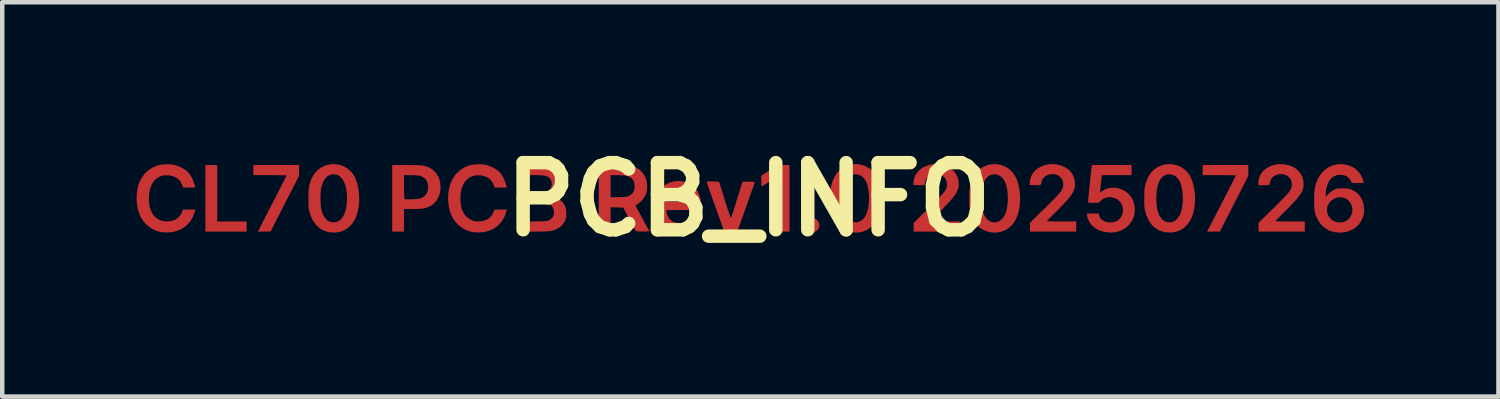
<source format=kicad_pcb>
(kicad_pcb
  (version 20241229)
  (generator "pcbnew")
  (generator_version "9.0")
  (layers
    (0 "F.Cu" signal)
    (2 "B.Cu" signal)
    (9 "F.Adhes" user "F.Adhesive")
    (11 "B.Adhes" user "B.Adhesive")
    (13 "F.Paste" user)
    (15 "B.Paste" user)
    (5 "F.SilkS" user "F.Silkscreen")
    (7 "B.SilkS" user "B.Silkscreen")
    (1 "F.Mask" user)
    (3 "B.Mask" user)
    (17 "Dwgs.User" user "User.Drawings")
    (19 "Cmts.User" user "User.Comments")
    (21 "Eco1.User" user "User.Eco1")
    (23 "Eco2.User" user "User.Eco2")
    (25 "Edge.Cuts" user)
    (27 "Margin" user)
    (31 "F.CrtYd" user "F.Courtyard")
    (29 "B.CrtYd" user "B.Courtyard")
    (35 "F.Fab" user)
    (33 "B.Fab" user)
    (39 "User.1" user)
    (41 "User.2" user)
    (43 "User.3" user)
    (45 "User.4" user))
  (footprint "PCB_INFO"
    (layer "F.Cu")
    (at 13.67 1.404)
    (property "Reference" "PCB_INFO" (at 0 0 0) (layer "F.SilkS") (effects (font (size 1.5 1.5) (thickness 0.3))))
    (attr board_only exclude_from_pos_files exclude_from_bom)
    (fp_poly (pts (xy -11.868 -0.139) (xy -11.868 0.492) (xy -11.54 0.492) (xy -11.213 0.492) (xy -11.213 0.605) (xy -11.213 0.719) (xy -11.673 0.719) (xy -12.133 0.719) (xy -12.133 -0.025) (xy -12.133 -0.769) (xy -12 -0.769) (xy -11.868 -0.769)) (stroke (width 0) (type solid)) (fill yes) (layers "F.Cu" "F.Mask"))
    (fp_poly (pts (xy 1.449 0.42) (xy 1.503 0.439) (xy 1.546 0.475) (xy 1.574 0.524) (xy 1.582 0.568) (xy 1.572 0.634) (xy 1.543 0.684) (xy 1.497 0.717) (xy 1.436 0.731) (xy 1.425 0.731) (xy 1.383 0.727) (xy 1.351 0.713) (xy 1.322 0.69) (xy 1.285 0.642) (xy 1.27 0.589) (xy 1.274 0.537) (xy 1.294 0.489) (xy 1.33 0.45) (xy 1.378 0.425) (xy 1.437 0.419)) (stroke (width 0) (type solid)) (fill yes) (layers "F.Cu" "F.Mask"))
    (fp_poly (pts (xy 0.914 -0.025) (xy 0.914 0.719) (xy 0.775 0.719) (xy 0.637 0.719) (xy 0.634 0.108) (xy 0.63 -0.503) (xy 0.464 -0.396) (xy 0.407 -0.36) (xy 0.357 -0.329) (xy 0.319 -0.306) (xy 0.296 -0.292) (xy 0.291 -0.29) (xy 0.288 -0.302) (xy 0.285 -0.333) (xy 0.284 -0.379) (xy 0.284 -0.41) (xy 0.284 -0.53) (xy 0.467 -0.649) (xy 0.65 -0.769) (xy 0.782 -0.769) (xy 0.914 -0.769)) (stroke (width 0) (type solid)) (fill yes) (layers "F.Cu" "F.Mask"))
    (fp_poly (pts (xy -10.04 -0.649) (xy -10.04 -0.528) (xy -10.359 0.095) (xy -10.677 0.718) (xy -10.819 0.718) (xy -10.961 0.719) (xy -10.943 0.684) (xy -10.934 0.666) (xy -10.915 0.628) (xy -10.886 0.573) (xy -10.849 0.501) (xy -10.805 0.416) (xy -10.756 0.32) (xy -10.702 0.215) (xy -10.644 0.103) (xy -10.622 0.059) (xy -10.563 -0.053) (xy -10.509 -0.159) (xy -10.459 -0.256) (xy -10.415 -0.342) (xy -10.378 -0.415) (xy -10.349 -0.473) (xy -10.329 -0.513) (xy -10.319 -0.534) (xy -10.318 -0.536) (xy -10.33 -0.538) (xy -10.364 -0.539) (xy -10.417 -0.54) (xy -10.486 -0.541) (xy -10.568 -0.542) (xy -10.66 -0.542) (xy -10.689 -0.542) (xy -11.061 -0.542) (xy -11.061 -0.655) (xy -11.061 -0.769) (xy -10.551 -0.769) (xy -10.04 -0.769)) (stroke (width 0) (type solid)) (fill yes) (layers "F.Cu" "F.Mask"))
    (fp_poly (pts (xy 11.162 -0.649) (xy 11.162 -0.528) (xy 10.844 0.095) (xy 10.526 0.718) (xy 10.383 0.718) (xy 10.241 0.719) (xy 10.259 0.684) (xy 10.268 0.666) (xy 10.288 0.628) (xy 10.316 0.573) (xy 10.353 0.501) (xy 10.397 0.416) (xy 10.447 0.32) (xy 10.501 0.215) (xy 10.559 0.103) (xy 10.581 0.059) (xy 10.639 -0.053) (xy 10.693 -0.159) (xy 10.743 -0.256) (xy 10.787 -0.342) (xy 10.824 -0.415) (xy 10.853 -0.473) (xy 10.874 -0.513) (xy 10.884 -0.534) (xy 10.885 -0.536) (xy 10.873 -0.538) (xy 10.839 -0.539) (xy 10.785 -0.54) (xy 10.716 -0.541) (xy 10.634 -0.542) (xy 10.543 -0.542) (xy 10.513 -0.542) (xy 10.141 -0.542) (xy 10.141 -0.655) (xy 10.141 -0.769) (xy 10.652 -0.769) (xy 11.162 -0.769)) (stroke (width 0) (type solid)) (fill yes) (layers "F.Cu" "F.Mask"))
    (fp_poly (pts (xy -0.799 -0.401) (xy -0.659 -0.397) (xy -0.531 0.015) (xy -0.501 0.112) (xy -0.473 0.2) (xy -0.448 0.277) (xy -0.427 0.34) (xy -0.41 0.386) (xy -0.399 0.413) (xy -0.395 0.419) (xy -0.39 0.405) (xy -0.377 0.37) (xy -0.36 0.317) (xy -0.337 0.248) (xy -0.311 0.166) (xy -0.283 0.075) (xy -0.261 0.006) (xy -0.136 -0.397) (xy 0.001 -0.397) (xy 0.063 -0.397) (xy 0.103 -0.395) (xy 0.125 -0.391) (xy 0.134 -0.385) (xy 0.135 -0.378) (xy 0.13 -0.363) (xy 0.118 -0.326) (xy 0.099 -0.27) (xy 0.073 -0.199) (xy 0.043 -0.113) (xy 0.009 -0.016) (xy -0.029 0.09) (xy -0.06 0.18) (xy -0.252 0.719) (xy -0.398 0.719) (xy -0.545 0.719) (xy -0.742 0.166) (xy -0.782 0.054) (xy -0.819 -0.051) (xy -0.853 -0.146) (xy -0.882 -0.23) (xy -0.907 -0.298) (xy -0.925 -0.351) (xy -0.936 -0.384) (xy -0.939 -0.395) (xy -0.927 -0.398) (xy -0.895 -0.401) (xy -0.848 -0.401)) (stroke (width 0) (type solid)) (fill yes) (layers "F.Cu" "F.Mask"))
    (fp_poly (pts (xy -7.556 -0.768) (xy -7.47 -0.767) (xy -7.393 -0.765) (xy -7.329 -0.762) (xy -7.284 -0.759) (xy -7.266 -0.756) (xy -7.159 -0.724) (xy -7.067 -0.673) (xy -6.992 -0.603) (xy -6.935 -0.516) (xy -6.896 -0.413) (xy -6.887 -0.367) (xy -6.879 -0.258) (xy -6.891 -0.153) (xy -6.923 -0.056) (xy -6.973 0.03) (xy -7.04 0.101) (xy -7.103 0.144) (xy -7.154 0.169) (xy -7.205 0.188) (xy -7.259 0.201) (xy -7.324 0.209) (xy -7.403 0.213) (xy -7.497 0.214) (xy -7.696 0.214) (xy -7.696 0.466) (xy -7.696 0.719) (xy -7.828 0.719) (xy -7.96 0.719) (xy -7.96 -0.025) (xy -7.96 -0.279) (xy -7.696 -0.279) (xy -7.695 -0.2) (xy -7.694 -0.13) (xy -7.692 -0.072) (xy -7.69 -0.03) (xy -7.687 -0.009) (xy -7.686 -0.007) (xy -7.671 -0.004) (xy -7.635 -0.002) (xy -7.585 -0.002) (xy -7.524 -0.004) (xy -7.517 -0.004) (xy -7.437 -0.008) (xy -7.377 -0.015) (xy -7.333 -0.024) (xy -7.302 -0.035) (xy -7.237 -0.076) (xy -7.19 -0.134) (xy -7.163 -0.205) (xy -7.156 -0.286) (xy -7.158 -0.307) (xy -7.178 -0.389) (xy -7.217 -0.454) (xy -7.274 -0.501) (xy -7.341 -0.529) (xy -7.372 -0.534) (xy -7.421 -0.538) (xy -7.481 -0.541) (xy -7.541 -0.542) (xy -7.696 -0.542) (xy -7.696 -0.279) (xy -7.96 -0.279) (xy -7.96 -0.769) (xy -7.647 -0.769)) (stroke (width 0) (type solid)) (fill yes) (layers "F.Cu" "F.Mask"))
    (fp_poly (pts (xy 4.266 -0.785) (xy 4.286 -0.782) (xy 4.397 -0.754) (xy 4.493 -0.708) (xy 4.573 -0.646) (xy 4.633 -0.57) (xy 4.674 -0.48) (xy 4.692 -0.384) (xy 4.694 -0.325) (xy 4.688 -0.269) (xy 4.672 -0.214) (xy 4.646 -0.157) (xy 4.607 -0.095) (xy 4.555 -0.027) (xy 4.488 0.05) (xy 4.404 0.139) (xy 4.309 0.236) (xy 4.245 0.299) (xy 4.187 0.357) (xy 4.138 0.407) (xy 4.1 0.447) (xy 4.075 0.473) (xy 4.065 0.484) (xy 4.065 0.485) (xy 4.077 0.486) (xy 4.111 0.488) (xy 4.164 0.49) (xy 4.232 0.491) (xy 4.311 0.491) (xy 4.393 0.492) (xy 4.721 0.492) (xy 4.721 0.605) (xy 4.721 0.719) (xy 4.204 0.719) (xy 3.687 0.719) (xy 3.687 0.621) (xy 3.687 0.523) (xy 4.027 0.189) (xy 4.123 0.094) (xy 4.203 0.013) (xy 4.268 -0.053) (xy 4.32 -0.109) (xy 4.359 -0.155) (xy 4.388 -0.195) (xy 4.408 -0.229) (xy 4.421 -0.26) (xy 4.428 -0.29) (xy 4.43 -0.321) (xy 4.431 -0.341) (xy 4.42 -0.415) (xy 4.389 -0.476) (xy 4.336 -0.524) (xy 4.289 -0.548) (xy 4.22 -0.566) (xy 4.149 -0.564) (xy 4.082 -0.546) (xy 4.023 -0.514) (xy 3.977 -0.468) (xy 3.949 -0.413) (xy 3.945 -0.394) (xy 3.939 -0.358) (xy 3.931 -0.335) (xy 3.917 -0.322) (xy 3.892 -0.317) (xy 3.85 -0.316) (xy 3.804 -0.318) (xy 3.681 -0.321) (xy 3.683 -0.387) (xy 3.699 -0.479) (xy 3.736 -0.562) (xy 3.793 -0.635) (xy 3.865 -0.696) (xy 3.951 -0.743) (xy 4.049 -0.775) (xy 4.155 -0.789)) (stroke (width 0) (type solid)) (fill yes) (layers "F.Cu" "F.Mask"))
    (fp_poly (pts (xy 6.863 -0.785) (xy 6.883 -0.782) (xy 6.994 -0.754) (xy 7.09 -0.708) (xy 7.169 -0.646) (xy 7.23 -0.57) (xy 7.271 -0.48) (xy 7.289 -0.384) (xy 7.291 -0.325) (xy 7.284 -0.269) (xy 7.269 -0.214) (xy 7.243 -0.157) (xy 7.204 -0.095) (xy 7.152 -0.027) (xy 7.085 0.05) (xy 7.001 0.139) (xy 6.906 0.236) (xy 6.842 0.299) (xy 6.784 0.357) (xy 6.735 0.407) (xy 6.697 0.447) (xy 6.672 0.473) (xy 6.662 0.484) (xy 6.662 0.485) (xy 6.674 0.486) (xy 6.708 0.488) (xy 6.761 0.49) (xy 6.828 0.491) (xy 6.908 0.491) (xy 6.99 0.492) (xy 7.317 0.492) (xy 7.317 0.605) (xy 7.317 0.719) (xy 6.801 0.719) (xy 6.284 0.719) (xy 6.284 0.621) (xy 6.284 0.523) (xy 6.623 0.189) (xy 6.72 0.094) (xy 6.8 0.013) (xy 6.865 -0.053) (xy 6.916 -0.109) (xy 6.956 -0.155) (xy 6.985 -0.195) (xy 7.005 -0.229) (xy 7.017 -0.26) (xy 7.024 -0.29) (xy 7.027 -0.321) (xy 7.028 -0.341) (xy 7.017 -0.415) (xy 6.985 -0.476) (xy 6.933 -0.524) (xy 6.886 -0.548) (xy 6.817 -0.566) (xy 6.746 -0.564) (xy 6.679 -0.546) (xy 6.62 -0.514) (xy 6.574 -0.468) (xy 6.546 -0.413) (xy 6.542 -0.394) (xy 6.536 -0.358) (xy 6.528 -0.335) (xy 6.514 -0.322) (xy 6.489 -0.317) (xy 6.447 -0.316) (xy 6.401 -0.318) (xy 6.278 -0.321) (xy 6.28 -0.387) (xy 6.296 -0.479) (xy 6.333 -0.562) (xy 6.389 -0.635) (xy 6.462 -0.696) (xy 6.548 -0.743) (xy 6.645 -0.775) (xy 6.751 -0.789)) (stroke (width 0) (type solid)) (fill yes) (layers "F.Cu" "F.Mask"))
    (fp_poly (pts (xy 11.968 -0.785) (xy 11.988 -0.782) (xy 12.099 -0.754) (xy 12.195 -0.708) (xy 12.274 -0.646) (xy 12.335 -0.57) (xy 12.376 -0.48) (xy 12.394 -0.384) (xy 12.396 -0.325) (xy 12.39 -0.269) (xy 12.374 -0.214) (xy 12.348 -0.157) (xy 12.309 -0.095) (xy 12.257 -0.027) (xy 12.19 0.05) (xy 12.106 0.139) (xy 12.011 0.236) (xy 11.947 0.299) (xy 11.889 0.357) (xy 11.84 0.407) (xy 11.802 0.447) (xy 11.777 0.473) (xy 11.767 0.484) (xy 11.767 0.485) (xy 11.779 0.486) (xy 11.813 0.488) (xy 11.866 0.49) (xy 11.934 0.491) (xy 12.013 0.491) (xy 12.095 0.492) (xy 12.423 0.492) (xy 12.423 0.605) (xy 12.423 0.719) (xy 11.906 0.719) (xy 11.389 0.719) (xy 11.389 0.621) (xy 11.389 0.523) (xy 11.729 0.189) (xy 11.825 0.094) (xy 11.905 0.013) (xy 11.97 -0.053) (xy 12.022 -0.109) (xy 12.061 -0.155) (xy 12.09 -0.195) (xy 12.11 -0.229) (xy 12.123 -0.26) (xy 12.13 -0.29) (xy 12.132 -0.321) (xy 12.133 -0.341) (xy 12.122 -0.415) (xy 12.091 -0.476) (xy 12.038 -0.524) (xy 11.991 -0.548) (xy 11.922 -0.566) (xy 11.851 -0.564) (xy 11.784 -0.546) (xy 11.725 -0.514) (xy 11.679 -0.468) (xy 11.651 -0.413) (xy 11.647 -0.394) (xy 11.641 -0.358) (xy 11.633 -0.335) (xy 11.619 -0.322) (xy 11.594 -0.317) (xy 11.552 -0.316) (xy 11.506 -0.318) (xy 11.383 -0.321) (xy 11.385 -0.387) (xy 11.401 -0.479) (xy 11.438 -0.562) (xy 11.494 -0.635) (xy 11.567 -0.696) (xy 11.653 -0.743) (xy 11.751 -0.775) (xy 11.857 -0.789)) (stroke (width 0) (type solid)) (fill yes) (layers "F.Cu" "F.Mask"))
    (fp_poly (pts (xy -2.91 -0.768) (xy -2.816 -0.767) (xy -2.74 -0.764) (xy -2.678 -0.758) (xy -2.628 -0.751) (xy -2.585 -0.74) (xy -2.547 -0.727) (xy -2.509 -0.71) (xy -2.508 -0.709) (xy -2.424 -0.654) (xy -2.356 -0.582) (xy -2.306 -0.497) (xy -2.275 -0.401) (xy -2.264 -0.297) (xy -2.274 -0.189) (xy -2.295 -0.11) (xy -2.322 -0.057) (xy -2.364 0.001) (xy -2.414 0.055) (xy -2.466 0.097) (xy -2.474 0.102) (xy -2.504 0.12) (xy -2.522 0.132) (xy -2.525 0.133) (xy -2.52 0.144) (xy -2.505 0.174) (xy -2.482 0.219) (xy -2.452 0.275) (xy -2.417 0.34) (xy -2.38 0.409) (xy -2.343 0.479) (xy -2.306 0.547) (xy -2.272 0.609) (xy -2.243 0.661) (xy -2.221 0.7) (xy -2.216 0.709) (xy -2.225 0.713) (xy -2.256 0.715) (xy -2.302 0.716) (xy -2.359 0.716) (xy -2.363 0.716) (xy -2.516 0.712) (xy -2.659 0.447) (xy -2.801 0.183) (xy -2.941 0.179) (xy -3.082 0.176) (xy -3.082 0.447) (xy -3.082 0.719) (xy -3.214 0.719) (xy -3.347 0.719) (xy -3.347 -0.025) (xy -3.347 -0.296) (xy -3.082 -0.296) (xy -3.082 -0.048) (xy -2.896 -0.052) (xy -2.822 -0.055) (xy -2.769 -0.057) (xy -2.73 -0.061) (xy -2.701 -0.068) (xy -2.677 -0.077) (xy -2.654 -0.088) (xy -2.6 -0.128) (xy -2.566 -0.177) (xy -2.549 -0.24) (xy -2.546 -0.29) (xy -2.553 -0.368) (xy -2.576 -0.428) (xy -2.615 -0.475) (xy -2.661 -0.504) (xy -2.687 -0.517) (xy -2.714 -0.526) (xy -2.745 -0.532) (xy -2.787 -0.536) (xy -2.844 -0.538) (xy -2.902 -0.54) (xy -3.082 -0.544) (xy -3.082 -0.296) (xy -3.347 -0.296) (xy -3.347 -0.769) (xy -3.026 -0.769)) (stroke (width 0) (type solid)) (fill yes) (layers "F.Cu" "F.Mask"))
    (fp_poly (pts (xy -12.923 -0.784) (xy -12.829 -0.772) (xy -12.776 -0.758) (xy -12.695 -0.726) (xy -12.616 -0.683) (xy -12.548 -0.635) (xy -12.537 -0.626) (xy -12.488 -0.57) (xy -12.441 -0.495) (xy -12.401 -0.41) (xy -12.372 -0.321) (xy -12.367 -0.299) (xy -12.359 -0.265) (xy -12.496 -0.265) (xy -12.633 -0.265) (xy -12.647 -0.313) (xy -12.683 -0.392) (xy -12.739 -0.455) (xy -12.811 -0.502) (xy -12.897 -0.531) (xy -12.958 -0.539) (xy -13.044 -0.539) (xy -13.116 -0.524) (xy -13.184 -0.493) (xy -13.207 -0.478) (xy -13.277 -0.418) (xy -13.33 -0.338) (xy -13.368 -0.24) (xy -13.39 -0.126) (xy -13.395 -0.032) (xy -13.392 0.065) (xy -13.382 0.143) (xy -13.365 0.211) (xy -13.338 0.275) (xy -13.337 0.276) (xy -13.296 0.346) (xy -13.25 0.397) (xy -13.192 0.438) (xy -13.164 0.453) (xy -13.114 0.475) (xy -13.071 0.487) (xy -13.021 0.491) (xy -12.996 0.492) (xy -12.894 0.482) (xy -12.807 0.453) (xy -12.737 0.406) (xy -12.683 0.34) (xy -12.661 0.296) (xy -12.632 0.227) (xy -12.496 0.227) (xy -12.359 0.227) (xy -12.367 0.262) (xy -12.408 0.382) (xy -12.469 0.487) (xy -12.547 0.576) (xy -12.641 0.647) (xy -12.749 0.698) (xy -12.871 0.729) (xy -12.95 0.737) (xy -13.011 0.738) (xy -13.072 0.736) (xy -13.122 0.731) (xy -13.129 0.73) (xy -13.239 0.699) (xy -13.343 0.645) (xy -13.438 0.573) (xy -13.519 0.486) (xy -13.582 0.387) (xy -13.586 0.378) (xy -13.631 0.259) (xy -13.659 0.129) (xy -13.67 -0.006) (xy -13.664 -0.142) (xy -13.642 -0.272) (xy -13.603 -0.392) (xy -13.569 -0.46) (xy -13.497 -0.564) (xy -13.407 -0.651) (xy -13.302 -0.718) (xy -13.206 -0.758) (xy -13.122 -0.776) (xy -13.024 -0.785)) (stroke (width 0) (type solid)) (fill yes) (layers "F.Cu" "F.Mask"))
    (fp_poly (pts (xy -5.965 -0.784) (xy -5.871 -0.772) (xy -5.817 -0.758) (xy -5.737 -0.726) (xy -5.658 -0.683) (xy -5.59 -0.635) (xy -5.579 -0.626) (xy -5.53 -0.57) (xy -5.483 -0.495) (xy -5.443 -0.41) (xy -5.414 -0.321) (xy -5.409 -0.299) (xy -5.401 -0.265) (xy -5.538 -0.265) (xy -5.675 -0.265) (xy -5.689 -0.313) (xy -5.725 -0.392) (xy -5.78 -0.455) (xy -5.852 -0.502) (xy -5.939 -0.531) (xy -6 -0.539) (xy -6.086 -0.539) (xy -6.158 -0.524) (xy -6.226 -0.493) (xy -6.249 -0.478) (xy -6.318 -0.418) (xy -6.372 -0.338) (xy -6.41 -0.24) (xy -6.432 -0.126) (xy -6.437 -0.032) (xy -6.434 0.065) (xy -6.424 0.143) (xy -6.407 0.211) (xy -6.38 0.275) (xy -6.379 0.276) (xy -6.338 0.346) (xy -6.292 0.397) (xy -6.234 0.438) (xy -6.206 0.453) (xy -6.156 0.475) (xy -6.113 0.487) (xy -6.063 0.491) (xy -6.038 0.492) (xy -5.936 0.482) (xy -5.849 0.453) (xy -5.778 0.406) (xy -5.725 0.34) (xy -5.703 0.296) (xy -5.674 0.227) (xy -5.538 0.227) (xy -5.401 0.227) (xy -5.409 0.262) (xy -5.45 0.382) (xy -5.51 0.487) (xy -5.588 0.576) (xy -5.682 0.647) (xy -5.791 0.698) (xy -5.913 0.729) (xy -5.992 0.737) (xy -6.053 0.738) (xy -6.114 0.736) (xy -6.164 0.731) (xy -6.17 0.73) (xy -6.28 0.699) (xy -6.385 0.645) (xy -6.48 0.573) (xy -6.561 0.486) (xy -6.623 0.387) (xy -6.628 0.378) (xy -6.673 0.259) (xy -6.701 0.129) (xy -6.712 -0.006) (xy -6.706 -0.142) (xy -6.684 -0.272) (xy -6.644 -0.392) (xy -6.611 -0.46) (xy -6.538 -0.564) (xy -6.448 -0.651) (xy -6.344 -0.718) (xy -6.248 -0.758) (xy -6.163 -0.776) (xy -6.066 -0.785)) (stroke (width 0) (type solid)) (fill yes) (layers "F.Cu" "F.Mask"))
    (fp_poly (pts (xy -1.487 -0.405) (xy -1.376 -0.377) (xy -1.28 -0.33) (xy -1.201 -0.265) (xy -1.14 -0.182) (xy -1.132 -0.167) (xy -1.098 -0.091) (xy -1.076 -0.013) (xy -1.064 0.078) (xy -1.062 0.132) (xy -1.059 0.233) (xy -1.446 0.237) (xy -1.834 0.24) (xy -1.834 0.27) (xy -1.826 0.318) (xy -1.806 0.373) (xy -1.778 0.424) (xy -1.761 0.446) (xy -1.699 0.494) (xy -1.623 0.522) (xy -1.55 0.529) (xy -1.478 0.521) (xy -1.414 0.501) (xy -1.366 0.469) (xy -1.348 0.449) (xy -1.337 0.434) (xy -1.324 0.424) (xy -1.304 0.419) (xy -1.27 0.417) (xy -1.219 0.416) (xy -1.201 0.416) (xy -1.075 0.416) (xy -1.083 0.457) (xy -1.106 0.519) (xy -1.151 0.58) (xy -1.212 0.636) (xy -1.286 0.683) (xy -1.339 0.706) (xy -1.406 0.725) (xy -1.488 0.736) (xy -1.574 0.74) (xy -1.654 0.735) (xy -1.702 0.727) (xy -1.811 0.687) (xy -1.903 0.629) (xy -1.979 0.553) (xy -2.037 0.46) (xy -2.076 0.352) (xy -2.096 0.229) (xy -2.098 0.164) (xy -2.088 0.041) (xy -2.087 0.039) (xy -1.834 0.039) (xy -1.822 0.043) (xy -1.789 0.046) (xy -1.737 0.048) (xy -1.672 0.05) (xy -1.596 0.05) (xy -1.574 0.05) (xy -1.314 0.05) (xy -1.321 -0.001) (xy -1.341 -0.07) (xy -1.378 -0.125) (xy -1.428 -0.165) (xy -1.487 -0.19) (xy -1.551 -0.2) (xy -1.617 -0.195) (xy -1.681 -0.175) (xy -1.738 -0.139) (xy -1.785 -0.087) (xy -1.815 -0.027) (xy -1.826 0.009) (xy -1.833 0.034) (xy -1.834 0.039) (xy -2.087 0.039) (xy -2.057 -0.071) (xy -2.009 -0.17) (xy -1.944 -0.255) (xy -1.865 -0.323) (xy -1.773 -0.373) (xy -1.671 -0.403) (xy -1.561 -0.412)) (stroke (width 0) (type solid)) (fill yes) (layers "F.Cu" "F.Mask"))
    (fp_poly (pts (xy 2.52 -0.774) (xy 2.617 -0.74) (xy 2.706 -0.687) (xy 2.786 -0.615) (xy 2.838 -0.546) (xy 2.887 -0.451) (xy 2.924 -0.338) (xy 2.949 -0.212) (xy 2.962 -0.079) (xy 2.961 0.056) (xy 2.947 0.189) (xy 2.92 0.314) (xy 2.916 0.325) (xy 2.869 0.443) (xy 2.806 0.543) (xy 2.728 0.624) (xy 2.638 0.685) (xy 2.537 0.724) (xy 2.426 0.741) (xy 2.308 0.735) (xy 2.263 0.726) (xy 2.159 0.691) (xy 2.067 0.635) (xy 1.988 0.557) (xy 1.922 0.46) (xy 1.872 0.344) (xy 1.858 0.299) (xy 1.847 0.257) (xy 1.839 0.218) (xy 1.833 0.177) (xy 1.83 0.127) (xy 1.829 0.063) (xy 1.828 -0.02) (xy 1.828 -0.025) (xy 2.098 -0.025) (xy 2.102 0.097) (xy 2.114 0.2) (xy 2.136 0.287) (xy 2.168 0.362) (xy 2.171 0.369) (xy 2.221 0.439) (xy 2.28 0.486) (xy 2.347 0.51) (xy 2.423 0.51) (xy 2.458 0.503) (xy 2.513 0.476) (xy 2.566 0.43) (xy 2.611 0.369) (xy 2.639 0.311) (xy 2.668 0.208) (xy 2.685 0.091) (xy 2.69 -0.033) (xy 2.683 -0.156) (xy 2.665 -0.271) (xy 2.635 -0.372) (xy 2.628 -0.388) (xy 2.587 -0.459) (xy 2.532 -0.513) (xy 2.469 -0.548) (xy 2.402 -0.562) (xy 2.332 -0.556) (xy 2.265 -0.526) (xy 2.254 -0.518) (xy 2.197 -0.462) (xy 2.153 -0.384) (xy 2.122 -0.285) (xy 2.104 -0.165) (xy 2.098 -0.025) (xy 1.828 -0.025) (xy 1.83 -0.128) (xy 1.834 -0.212) (xy 1.842 -0.282) (xy 1.855 -0.343) (xy 1.874 -0.402) (xy 1.9 -0.465) (xy 1.911 -0.489) (xy 1.969 -0.584) (xy 2.042 -0.662) (xy 2.127 -0.721) (xy 2.22 -0.762) (xy 2.319 -0.785) (xy 2.42 -0.789)) (stroke (width 0) (type solid)) (fill yes) (layers "F.Cu" "F.Mask"))
    (fp_poly (pts (xy 5.621 -0.774) (xy 5.718 -0.74) (xy 5.807 -0.687) (xy 5.887 -0.615) (xy 5.939 -0.546) (xy 5.988 -0.451) (xy 6.025 -0.338) (xy 6.05 -0.212) (xy 6.063 -0.079) (xy 6.062 0.056) (xy 6.048 0.189) (xy 6.021 0.314) (xy 6.017 0.325) (xy 5.97 0.443) (xy 5.907 0.543) (xy 5.829 0.624) (xy 5.739 0.685) (xy 5.638 0.724) (xy 5.527 0.741) (xy 5.409 0.735) (xy 5.364 0.726) (xy 5.26 0.691) (xy 5.168 0.635) (xy 5.089 0.557) (xy 5.023 0.46) (xy 4.973 0.344) (xy 4.959 0.299) (xy 4.948 0.257) (xy 4.94 0.218) (xy 4.934 0.177) (xy 4.931 0.127) (xy 4.93 0.063) (xy 4.929 -0.02) (xy 4.929 -0.025) (xy 5.198 -0.025) (xy 5.202 0.097) (xy 5.215 0.2) (xy 5.237 0.287) (xy 5.269 0.362) (xy 5.272 0.369) (xy 5.322 0.439) (xy 5.381 0.486) (xy 5.448 0.51) (xy 5.524 0.51) (xy 5.559 0.503) (xy 5.614 0.476) (xy 5.667 0.43) (xy 5.712 0.369) (xy 5.74 0.311) (xy 5.769 0.208) (xy 5.786 0.091) (xy 5.791 -0.033) (xy 5.784 -0.156) (xy 5.766 -0.271) (xy 5.736 -0.372) (xy 5.729 -0.388) (xy 5.687 -0.459) (xy 5.633 -0.513) (xy 5.57 -0.548) (xy 5.502 -0.562) (xy 5.433 -0.556) (xy 5.366 -0.526) (xy 5.355 -0.518) (xy 5.298 -0.462) (xy 5.254 -0.384) (xy 5.223 -0.285) (xy 5.204 -0.165) (xy 5.198 -0.025) (xy 4.929 -0.025) (xy 4.93 -0.128) (xy 4.935 -0.212) (xy 4.943 -0.282) (xy 4.956 -0.343) (xy 4.975 -0.402) (xy 5.001 -0.465) (xy 5.012 -0.489) (xy 5.07 -0.584) (xy 5.143 -0.662) (xy 5.228 -0.721) (xy 5.321 -0.762) (xy 5.42 -0.785) (xy 5.521 -0.789)) (stroke (width 0) (type solid)) (fill yes) (layers "F.Cu" "F.Mask"))
    (fp_poly (pts (xy 9.529 -0.774) (xy 9.626 -0.74) (xy 9.715 -0.687) (xy 9.795 -0.615) (xy 9.847 -0.546) (xy 9.895 -0.451) (xy 9.933 -0.338) (xy 9.958 -0.212) (xy 9.97 -0.079) (xy 9.97 0.056) (xy 9.956 0.189) (xy 9.928 0.314) (xy 9.925 0.325) (xy 9.878 0.443) (xy 9.814 0.543) (xy 9.737 0.624) (xy 9.647 0.685) (xy 9.545 0.724) (xy 9.435 0.741) (xy 9.316 0.735) (xy 9.271 0.726) (xy 9.167 0.691) (xy 9.076 0.635) (xy 8.996 0.557) (xy 8.931 0.46) (xy 8.88 0.344) (xy 8.866 0.299) (xy 8.855 0.257) (xy 8.847 0.218) (xy 8.842 0.177) (xy 8.839 0.127) (xy 8.837 0.063) (xy 8.837 -0.02) (xy 8.837 -0.025) (xy 9.106 -0.025) (xy 9.11 0.097) (xy 9.123 0.2) (xy 9.145 0.287) (xy 9.176 0.362) (xy 9.18 0.369) (xy 9.229 0.439) (xy 9.288 0.486) (xy 9.356 0.51) (xy 9.431 0.51) (xy 9.467 0.503) (xy 9.522 0.476) (xy 9.575 0.43) (xy 9.62 0.369) (xy 9.648 0.311) (xy 9.677 0.208) (xy 9.694 0.091) (xy 9.699 -0.033) (xy 9.692 -0.156) (xy 9.673 -0.271) (xy 9.643 -0.372) (xy 9.637 -0.388) (xy 9.595 -0.459) (xy 9.541 -0.513) (xy 9.478 -0.548) (xy 9.41 -0.562) (xy 9.341 -0.556) (xy 9.274 -0.526) (xy 9.262 -0.518) (xy 9.206 -0.462) (xy 9.162 -0.384) (xy 9.131 -0.285) (xy 9.112 -0.165) (xy 9.106 -0.025) (xy 8.837 -0.025) (xy 8.838 -0.128) (xy 8.842 -0.212) (xy 8.85 -0.282) (xy 8.864 -0.343) (xy 8.883 -0.402) (xy 8.909 -0.465) (xy 8.92 -0.489) (xy 8.978 -0.584) (xy 9.051 -0.662) (xy 9.136 -0.721) (xy 9.229 -0.762) (xy 9.328 -0.785) (xy 9.429 -0.789)) (stroke (width 0) (type solid)) (fill yes) (layers "F.Cu" "F.Mask"))
    (fp_poly (pts (xy -9.14 -0.774) (xy -9.043 -0.74) (xy -8.954 -0.687) (xy -8.874 -0.615) (xy -8.822 -0.546) (xy -8.773 -0.451) (xy -8.736 -0.338) (xy -8.711 -0.212) (xy -8.698 -0.079) (xy -8.699 0.056) (xy -8.713 0.189) (xy -8.74 0.314) (xy -8.744 0.325) (xy -8.791 0.443) (xy -8.854 0.543) (xy -8.932 0.624) (xy -9.022 0.685) (xy -9.123 0.724) (xy -9.234 0.741) (xy -9.352 0.735) (xy -9.397 0.726) (xy -9.501 0.691) (xy -9.593 0.635) (xy -9.672 0.557) (xy -9.738 0.46) (xy -9.788 0.344) (xy -9.802 0.299) (xy -9.813 0.257) (xy -9.821 0.218) (xy -9.827 0.177) (xy -9.83 0.127) (xy -9.831 0.063) (xy -9.832 -0.02) (xy -9.832 -0.025) (xy -9.832 -0.026) (xy -9.563 -0.026) (xy -9.56 0.067) (xy -9.554 0.152) (xy -9.543 0.22) (xy -9.543 0.221) (xy -9.511 0.322) (xy -9.469 0.402) (xy -9.416 0.461) (xy -9.354 0.498) (xy -9.284 0.513) (xy -9.206 0.504) (xy -9.202 0.503) (xy -9.138 0.472) (xy -9.083 0.419) (xy -9.038 0.346) (xy -9.004 0.254) (xy -8.981 0.144) (xy -8.97 0.019) (xy -8.969 -0.032) (xy -8.976 -0.161) (xy -8.996 -0.275) (xy -9.028 -0.373) (xy -9.071 -0.452) (xy -9.124 -0.511) (xy -9.188 -0.548) (xy -9.209 -0.555) (xy -9.284 -0.563) (xy -9.353 -0.548) (xy -9.414 -0.511) (xy -9.467 -0.452) (xy -9.51 -0.373) (xy -9.542 -0.275) (xy -9.543 -0.271) (xy -9.554 -0.203) (xy -9.56 -0.119) (xy -9.563 -0.026) (xy -9.832 -0.026) (xy -9.831 -0.128) (xy -9.826 -0.212) (xy -9.818 -0.282) (xy -9.805 -0.343) (xy -9.786 -0.402) (xy -9.76 -0.465) (xy -9.749 -0.489) (xy -9.691 -0.584) (xy -9.618 -0.662) (xy -9.533 -0.721) (xy -9.44 -0.762) (xy -9.341 -0.785) (xy -9.24 -0.789)) (stroke (width 0) (type solid)) (fill yes) (layers "F.Cu" "F.Mask"))
    (fp_poly (pts (xy 8.553 -0.655) (xy 8.553 -0.542) (xy 8.221 -0.542) (xy 7.89 -0.542) (xy 7.874 -0.394) (xy 7.867 -0.33) (xy 7.86 -0.271) (xy 7.854 -0.224) (xy 7.851 -0.198) (xy 7.844 -0.151) (xy 7.908 -0.194) (xy 7.994 -0.238) (xy 8.087 -0.259) (xy 8.182 -0.261) (xy 8.277 -0.243) (xy 8.367 -0.208) (xy 8.449 -0.156) (xy 8.519 -0.089) (xy 8.572 -0.008) (xy 8.59 0.033) (xy 8.62 0.145) (xy 8.627 0.253) (xy 8.613 0.356) (xy 8.579 0.45) (xy 8.526 0.534) (xy 8.458 0.607) (xy 8.376 0.666) (xy 8.281 0.709) (xy 8.176 0.735) (xy 8.062 0.741) (xy 7.941 0.725) (xy 7.94 0.725) (xy 7.833 0.691) (xy 7.741 0.641) (xy 7.665 0.576) (xy 7.607 0.498) (xy 7.571 0.41) (xy 7.562 0.369) (xy 7.554 0.315) (xy 7.687 0.315) (xy 7.82 0.315) (xy 7.828 0.353) (xy 7.853 0.411) (xy 7.898 0.459) (xy 7.959 0.493) (xy 8.033 0.513) (xy 8.08 0.516) (xy 8.167 0.505) (xy 8.24 0.474) (xy 8.298 0.425) (xy 8.338 0.36) (xy 8.359 0.282) (xy 8.36 0.205) (xy 8.34 0.123) (xy 8.3 0.054) (xy 8.242 0.001) (xy 8.17 -0.035) (xy 8.086 -0.05) (xy 8.068 -0.05) (xy 7.983 -0.04) (xy 7.912 -0.009) (xy 7.868 0.027) (xy 7.819 0.076) (xy 7.7 0.076) (xy 7.645 0.075) (xy 7.611 0.074) (xy 7.592 0.069) (xy 7.584 0.062) (xy 7.582 0.049) (xy 7.582 0.048) (xy 7.583 0.027) (xy 7.587 -0.015) (xy 7.593 -0.074) (xy 7.6 -0.146) (xy 7.608 -0.228) (xy 7.617 -0.314) (xy 7.626 -0.403) (xy 7.636 -0.489) (xy 7.644 -0.568) (xy 7.652 -0.637) (xy 7.658 -0.691) (xy 7.663 -0.728) (xy 7.665 -0.741) (xy 7.671 -0.769) (xy 8.112 -0.769) (xy 8.553 -0.769)) (stroke (width 0) (type solid)) (fill yes) (layers "F.Cu" "F.Mask"))
    (fp_poly (pts (xy -4.727 -0.769) (xy -4.632 -0.767) (xy -4.555 -0.764) (xy -4.493 -0.758) (xy -4.442 -0.75) (xy -4.398 -0.739) (xy -4.358 -0.724) (xy -4.318 -0.706) (xy -4.3 -0.696) (xy -4.239 -0.651) (xy -4.185 -0.588) (xy -4.147 -0.518) (xy -4.145 -0.513) (xy -4.137 -0.479) (xy -4.132 -0.432) (xy -4.129 -0.384) (xy -4.138 -0.292) (xy -4.168 -0.214) (xy -4.217 -0.151) (xy -4.248 -0.126) (xy -4.28 -0.105) (xy -4.303 -0.091) (xy -4.309 -0.088) (xy -4.324 -0.084) (xy -4.351 -0.074) (xy -4.369 -0.067) (xy -4.373 -0.06) (xy -4.359 -0.053) (xy -4.326 -0.042) (xy -4.309 -0.037) (xy -4.228 0.001) (xy -4.159 0.06) (xy -4.106 0.134) (xy -4.099 0.149) (xy -4.079 0.212) (xy -4.07 0.288) (xy -4.072 0.366) (xy -4.084 0.437) (xy -4.1 0.48) (xy -4.154 0.562) (xy -4.227 0.628) (xy -4.318 0.677) (xy -4.386 0.699) (xy -4.415 0.705) (xy -4.451 0.71) (xy -4.498 0.713) (xy -4.558 0.716) (xy -4.635 0.718) (xy -4.732 0.718) (xy -4.818 0.719) (xy -5.175 0.719) (xy -5.175 0.278) (xy -4.91 0.278) (xy -4.91 0.494) (xy -4.699 0.49) (xy -4.619 0.488) (xy -4.56 0.485) (xy -4.517 0.482) (xy -4.487 0.477) (xy -4.464 0.47) (xy -4.445 0.46) (xy -4.443 0.459) (xy -4.388 0.414) (xy -4.355 0.357) (xy -4.344 0.292) (xy -4.356 0.222) (xy -4.367 0.194) (xy -4.392 0.15) (xy -4.424 0.117) (xy -4.467 0.093) (xy -4.523 0.077) (xy -4.597 0.067) (xy -4.692 0.063) (xy -4.729 0.063) (xy -4.91 0.063) (xy -4.91 0.278) (xy -5.175 0.278) (xy -5.175 -0.025) (xy -5.175 -0.34) (xy -4.91 -0.34) (xy -4.91 -0.139) (xy -4.742 -0.139) (xy -4.672 -0.139) (xy -4.622 -0.141) (xy -4.585 -0.144) (xy -4.557 -0.151) (xy -4.53 -0.161) (xy -4.51 -0.171) (xy -4.451 -0.212) (xy -4.413 -0.265) (xy -4.395 -0.326) (xy -4.401 -0.392) (xy -4.41 -0.42) (xy -4.433 -0.462) (xy -4.463 -0.493) (xy -4.504 -0.516) (xy -4.559 -0.531) (xy -4.631 -0.539) (xy -4.724 -0.542) (xy -4.742 -0.542) (xy -4.91 -0.542) (xy -4.91 -0.34) (xy -5.175 -0.34) (xy -5.175 -0.769) (xy -4.843 -0.769)) (stroke (width 0) (type solid)) (fill yes) (layers "F.Cu" "F.Mask"))
    (fp_poly (pts (xy 13.281 -0.787) (xy 13.394 -0.764) (xy 13.478 -0.73) (xy 13.554 -0.682) (xy 13.622 -0.617) (xy 13.677 -0.542) (xy 13.716 -0.462) (xy 13.73 -0.407) (xy 13.737 -0.366) (xy 13.605 -0.366) (xy 13.473 -0.366) (xy 13.449 -0.417) (xy 13.411 -0.474) (xy 13.357 -0.516) (xy 13.292 -0.542) (xy 13.221 -0.551) (xy 13.148 -0.544) (xy 13.08 -0.519) (xy 13.019 -0.477) (xy 13.007 -0.464) (xy 12.966 -0.407) (xy 12.931 -0.332) (xy 12.905 -0.247) (xy 12.891 -0.161) (xy 12.889 -0.118) (xy 12.889 -0.061) (xy 12.944 -0.118) (xy 12.988 -0.156) (xy 13.039 -0.193) (xy 13.067 -0.21) (xy 13.1 -0.226) (xy 13.128 -0.236) (xy 13.161 -0.242) (xy 13.203 -0.245) (xy 13.263 -0.246) (xy 13.274 -0.246) (xy 13.338 -0.245) (xy 13.384 -0.242) (xy 13.419 -0.237) (xy 13.451 -0.226) (xy 13.484 -0.212) (xy 13.574 -0.157) (xy 13.647 -0.084) (xy 13.701 0.003) (xy 13.735 0.102) (xy 13.748 0.213) (xy 13.744 0.301) (xy 13.72 0.405) (xy 13.675 0.498) (xy 13.612 0.579) (xy 13.533 0.645) (xy 13.44 0.695) (xy 13.337 0.728) (xy 13.226 0.742) (xy 13.109 0.735) (xy 13.08 0.73) (xy 12.976 0.698) (xy 12.881 0.645) (xy 12.798 0.574) (xy 12.733 0.49) (xy 12.714 0.457) (xy 12.685 0.397) (xy 12.664 0.343) (xy 12.649 0.289) (xy 12.641 0.241) (xy 12.916 0.241) (xy 12.929 0.319) (xy 12.966 0.395) (xy 13.017 0.451) (xy 13.084 0.491) (xy 13.159 0.513) (xy 13.237 0.516) (xy 13.313 0.498) (xy 13.315 0.497) (xy 13.384 0.456) (xy 13.435 0.4) (xy 13.47 0.333) (xy 13.486 0.26) (xy 13.483 0.185) (xy 13.46 0.112) (xy 13.418 0.045) (xy 13.388 0.015) (xy 13.321 -0.028) (xy 13.246 -0.048) (xy 13.167 -0.046) (xy 13.087 -0.02) (xy 13.078 -0.016) (xy 13.007 0.033) (xy 12.956 0.095) (xy 12.925 0.165) (xy 12.916 0.241) (xy 12.641 0.241) (xy 12.639 0.23) (xy 12.633 0.16) (xy 12.631 0.074) (xy 12.631 0.013) (xy 12.633 -0.099) (xy 12.639 -0.191) (xy 12.65 -0.27) (xy 12.668 -0.341) (xy 12.693 -0.41) (xy 12.727 -0.482) (xy 12.79 -0.58) (xy 12.868 -0.661) (xy 12.96 -0.723) (xy 13.061 -0.766) (xy 13.169 -0.787)) (stroke (width 0) (type solid)) (fill yes) (layers "F.Cu" "F.Mask")))
  (gr_rect
    (start -3 -3)
    (end 30.418 5.808)
    (stroke (width 0.1) (type default))
    (fill no)
    (layer "Edge.Cuts")))
</source>
